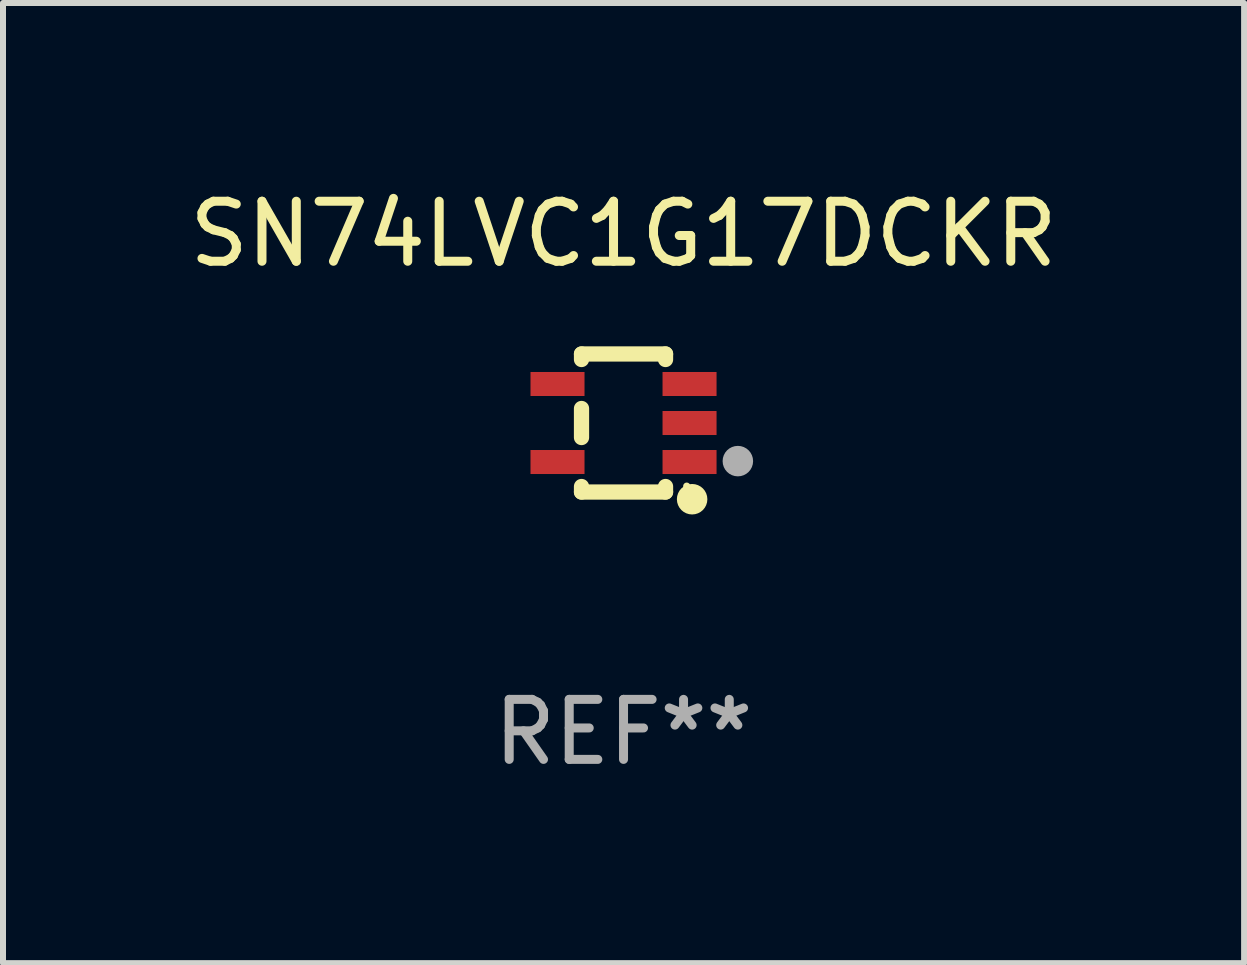
<source format=kicad_pcb>
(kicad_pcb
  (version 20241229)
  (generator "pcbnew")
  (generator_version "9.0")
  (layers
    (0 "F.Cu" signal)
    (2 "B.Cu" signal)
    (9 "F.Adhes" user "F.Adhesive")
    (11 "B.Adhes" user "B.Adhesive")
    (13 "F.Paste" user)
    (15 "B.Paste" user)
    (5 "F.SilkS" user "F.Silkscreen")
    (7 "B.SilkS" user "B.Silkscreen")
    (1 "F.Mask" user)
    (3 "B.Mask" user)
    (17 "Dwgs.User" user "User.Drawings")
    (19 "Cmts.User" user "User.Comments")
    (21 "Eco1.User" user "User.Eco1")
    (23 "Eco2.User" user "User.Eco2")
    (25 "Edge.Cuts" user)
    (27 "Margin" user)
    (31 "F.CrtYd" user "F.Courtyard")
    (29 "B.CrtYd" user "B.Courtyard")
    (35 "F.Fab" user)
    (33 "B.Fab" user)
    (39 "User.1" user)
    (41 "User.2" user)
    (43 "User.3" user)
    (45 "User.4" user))
  (footprint "SN74LVC1G17DCKR"
    (layer "F.Cu")
    (at 7.339 3.998)
    (property "Reference" "SN74LVC1G17DCKR" (at 0 -3.15 0) (layer "F.SilkS") (effects (font (size 1 1) (thickness 0.15))))
    (attr through_hole)
    (fp_line (start -0.7 -1.15) (end 0.7 -1.15) (stroke (width 0.254) (type solid)) (layer "F.SilkS"))
    (fp_line (start -0.7 -1.058) (end -0.7 -1.15) (stroke (width 0.254) (type solid)) (layer "F.SilkS"))
    (fp_line (start -0.7 0.242) (end -0.7 -0.242) (stroke (width 0.254) (type solid)) (layer "F.SilkS"))
    (fp_line (start -0.7 1.15) (end -0.7 1.058) (stroke (width 0.254) (type solid)) (layer "F.SilkS"))
    (fp_line (start -0.7 1.15) (end 0.7 1.15) (stroke (width 0.254) (type solid)) (layer "F.SilkS"))
    (fp_line (start 0.7 -1.058) (end 0.7 -1.15) (stroke (width 0.254) (type solid)) (layer "F.SilkS"))
    (fp_line (start 0.7 1.15) (end 0.7 1.058) (stroke (width 0.254) (type solid)) (layer "F.SilkS"))
    (fp_circle (center 1.053 1.052) (end 1.083 1.052) (stroke (width 0.06) (type solid)) (fill no) (layer "F.SilkS"))
    (fp_circle (center 1.143 1.27) (end 1.27 1.27) (stroke (width 0.254) (type solid)) (fill no) (layer "F.SilkS"))
    (fp_circle (center 1.905 0.635) (end 2.032 0.635) (stroke (width 0.254) (type solid)) (fill no) (layer "F.Fab"))
    (fp_text user "REF**" (at 0 5.15 0) (layer "F.Fab") (effects (font (size 1 1) (thickness 0.15))))
    (pad "1" smd rect (at 1.1 0.65 90) (size 0.4 0.9) (layers "F.Cu" "F.Mask" "F.Paste"))
    (pad "2" smd rect (at 1.1 0.000076 90) (size 0.4 0.9) (layers "F.Cu" "F.Mask" "F.Paste"))
    (pad "3" smd rect (at 1.1 -0.65 90) (size 0.4 0.9) (layers "F.Cu" "F.Mask" "F.Paste"))
    (pad "4" smd rect (at -1.1 -0.65 90) (size 0.4 0.9) (layers "F.Cu" "F.Mask" "F.Paste"))
    (pad "5" smd rect (at -1.1 0.65 90) (size 0.4 0.9) (layers "F.Cu" "F.Mask" "F.Paste")))
  (gr_rect
    (start -3 -3)
    (end 17.679 12.997)
    (stroke (width 0.1) (type default))
    (fill no)
    (layer "Edge.Cuts")))
</source>
